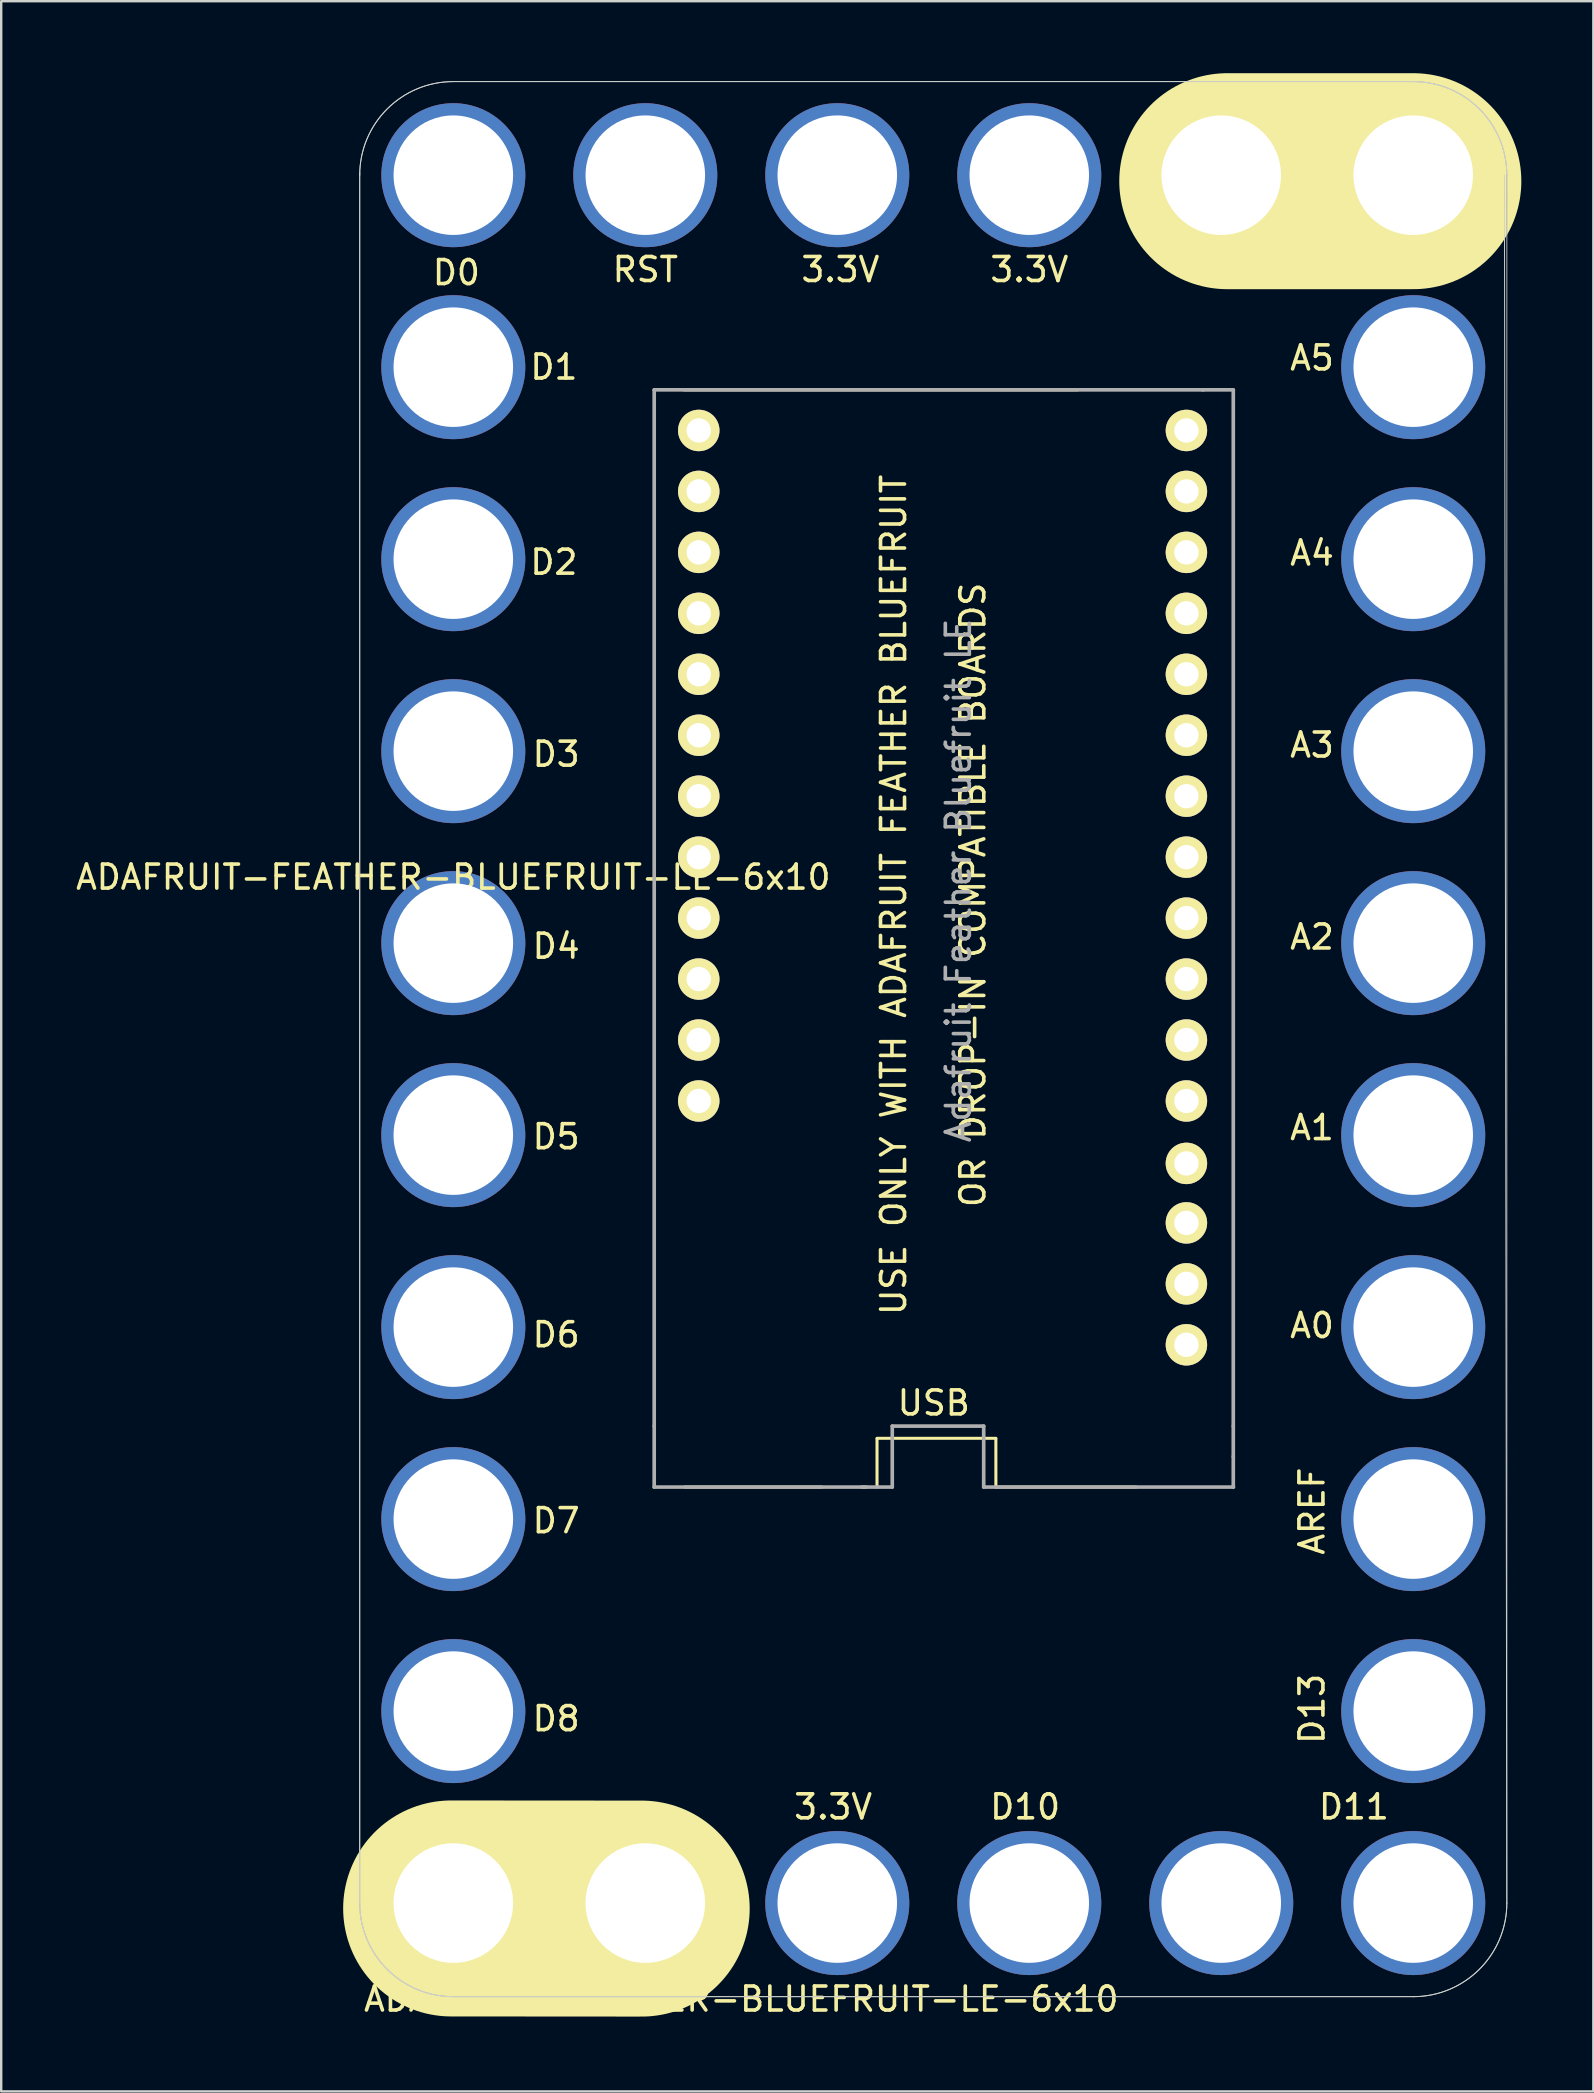
<source format=kicad_pcb>
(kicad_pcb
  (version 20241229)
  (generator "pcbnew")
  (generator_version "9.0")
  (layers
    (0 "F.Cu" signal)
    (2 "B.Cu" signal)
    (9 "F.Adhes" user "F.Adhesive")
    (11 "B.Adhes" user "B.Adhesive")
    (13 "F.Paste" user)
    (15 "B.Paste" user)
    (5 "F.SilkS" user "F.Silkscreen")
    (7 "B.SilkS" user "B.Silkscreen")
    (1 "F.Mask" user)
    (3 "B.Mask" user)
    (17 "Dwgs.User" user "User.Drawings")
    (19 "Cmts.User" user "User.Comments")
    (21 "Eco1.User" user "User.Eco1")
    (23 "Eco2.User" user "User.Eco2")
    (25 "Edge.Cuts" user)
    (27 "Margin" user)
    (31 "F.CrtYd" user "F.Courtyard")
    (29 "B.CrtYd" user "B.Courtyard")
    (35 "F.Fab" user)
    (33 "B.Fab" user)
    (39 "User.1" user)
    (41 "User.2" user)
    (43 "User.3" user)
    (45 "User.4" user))
  (footprint "ADAFRUIT-FEATHER-BLUEFRUIT-LE-6x10"
    (layer "F.Cu")
    (at 15.839 36.25)
    (property "Reference" "ADAFRUIT-FEATHER-BLUEFRUIT-LE-6x10" (at 12 44 0) (layer "F.SilkS") (effects (font (size 1 1) (thickness 0.15))))
    (attr through_hole)
    (fp_line (start 7.85 40.23) (end -0.09 40.224) (stroke (width 9) (type solid)) (layer "F.SilkS"))
    (fp_line (start 9.608 -23.055) (end 26.024 -23.055) (stroke (width 0.127) (type solid)) (layer "F.SilkS"))
    (fp_line (start 9.641 22.665) (end 15.356 22.665) (stroke (width 0.127) (type solid)) (layer "F.SilkS"))
    (fp_line (start 17.656 22.657) (end 17.656 20.657) (stroke (width 0.127) (type solid)) (layer "F.SilkS"))
    (fp_line (start 22.609 20.633) (end 17.656 20.633) (stroke (width 0.127) (type solid)) (layer "F.SilkS"))
    (fp_line (start 22.609 22.665) (end 22.608 20.657) (stroke (width 0.127) (type solid)) (layer "F.SilkS"))
    (fp_line (start 22.609 22.665) (end 28.451 22.665) (stroke (width 0.127) (type solid)) (layer "F.SilkS"))
    (fp_line (start 32.25 -31.75) (end 40.004 -31.75) (stroke (width 9) (type solid)) (layer "F.SilkS"))
    (fp_line (start -3.9 -32.1) (end -3.9 40) (stroke (width 0.041) (type solid)) (layer "Edge.Cuts"))
    (fp_line (start 0 43.9) (end 40 43.9) (stroke (width 0.041) (type solid)) (layer "Edge.Cuts"))
    (fp_line (start 40 -35.9) (end 0 -35.9) (stroke (width 0.041) (type solid)) (layer "Edge.Cuts"))
    (fp_line (start 43.9 40) (end 43.8 -32) (stroke (width 0.041) (type solid)) (layer "Edge.Cuts"))
    (fp_arc (start -3.9 -32) (mid -2.757716 -34.757716) (end 0 -35.9) (stroke (width 0.04064) (type solid)) (layer "Edge.Cuts"))
    (fp_arc (start 0 43.9) (mid -2.755309 42.760122) (end -3.899994 40.006807) (stroke (width 0.04064) (type solid)) (layer "Edge.Cuts"))
    (fp_arc (start 40 -35.9) (mid 42.755309 -34.760122) (end 43.899994 -32.006807) (stroke (width 0.04064) (type solid)) (layer "Edge.Cuts"))
    (fp_arc (start 43.9 40) (mid 42.757716 42.757716) (end 40 43.9) (stroke (width 0.04064) (type solid)) (layer "Edge.Cuts"))
    (fp_line (start -3.9 -32) (end -3.9 40.1) (stroke (width 0.041) (type solid)) (layer "F.Fab"))
    (fp_line (start 0 43.9) (end 40 43.9) (stroke (width 0.041) (type solid)) (layer "F.Fab"))
    (fp_line (start 8.371 -23.055) (end 8.371 20.125) (stroke (width 0.152) (type solid)) (layer "F.Fab"))
    (fp_line (start 8.371 22.665) (end 8.371 20.125) (stroke (width 0.152) (type solid)) (layer "F.Fab"))
    (fp_line (start 17.021 22.665) (end 18.291 22.665) (stroke (width 0.152) (type solid)) (layer "F.Fab"))
    (fp_line (start 17.21 22.665) (end 8.371 22.665) (stroke (width 0.152) (type solid)) (layer "F.Fab"))
    (fp_line (start 18.291 20.125) (end 18.291 22.665) (stroke (width 0.152) (type solid)) (layer "F.Fab"))
    (fp_line (start 22.101 20.125) (end 18.291 20.125) (stroke (width 0.152) (type solid)) (layer "F.Fab"))
    (fp_line (start 22.101 22.665) (end 22.101 20.125) (stroke (width 0.152) (type solid)) (layer "F.Fab"))
    (fp_line (start 31.231 -23.055) (end 32.501 -23.055) (stroke (width 0.152) (type solid)) (layer "F.Fab"))
    (fp_line (start 31.25 -23.055) (end 8.371 -23.055) (stroke (width 0.152) (type solid)) (layer "F.Fab"))
    (fp_line (start 32.501 20.125) (end 32.501 -23.055) (stroke (width 0.152) (type solid)) (layer "F.Fab"))
    (fp_line (start 32.501 20.125) (end 32.501 21.395) (stroke (width 0.152) (type solid)) (layer "F.Fab"))
    (fp_line (start 32.501 21.395) (end 32.501 22.665) (stroke (width 0.152) (type solid)) (layer "F.Fab"))
    (fp_line (start 32.51 22.665) (end 22.101 22.665) (stroke (width 0.152) (type solid)) (layer "F.Fab"))
    (fp_line (start 40 -35.9) (end 0 -35.9) (stroke (width 0.041) (type solid)) (layer "F.Fab"))
    (fp_line (start 43.9 40) (end 43.9 -32) (stroke (width 0.041) (type solid)) (layer "F.Fab"))
    (fp_arc (start -3.9 -32) (mid -2.757716 -34.757716) (end 0 -35.9) (stroke (width 0.04064) (type solid)) (layer "F.Fab"))
    (fp_arc (start 0 43.9) (mid -2.755309 42.760122) (end -3.899994 40.006807) (stroke (width 0.04064) (type solid)) (layer "F.Fab"))
    (fp_arc (start 40 -35.9) (mid 42.755309 -34.760122) (end 43.899994 -32.006807) (stroke (width 0.04064) (type solid)) (layer "F.Fab"))
    (fp_arc (start 43.9 40) (mid 42.757716 42.757716) (end 40 43.9) (stroke (width 0.04064) (type solid)) (layer "F.Fab"))
    (fp_text user "AREF" (at 35.781 23.666 270) (layer "F.SilkS") (effects (font (size 1 1) (thickness 0.15))))
    (fp_text user "D7" (at 4.286 24.067 0) (layer "F.SilkS") (effects (font (size 1 1) (thickness 0.15))))
    (fp_text user "OR DROP-IN COMPATIBLE BOARDS" (at 21.649 -2.012 90) (layer "F.SilkS") (effects (font (size 1 1) (thickness 0.15))))
    (fp_text user "A5" (at 35.781 -24.384 180) (layer "F.SilkS") (effects (font (size 1 1) (thickness 0.15))))
    (fp_text user "3.3V" (at 16.129 -28.067 0) (layer "F.SilkS") (effects (font (size 1 1) (thickness 0.15))))
    (fp_text user "D10" (at 23.827 35.992 0) (layer "F.SilkS") (effects (font (size 1 1) (thickness 0.15))))
    (fp_text user "A3" (at 35.781 -8.254 180) (layer "F.SilkS") (effects (font (size 1 1) (thickness 0.15))))
    (fp_text user "D1" (at 4.191 -24.003 180) (layer "F.SilkS") (effects (font (size 1 1) (thickness 0.15))))
    (fp_text user "D11" (at 37.527 35.992 0) (layer "F.SilkS") (effects (font (size 1 1) (thickness 0.15))))
    (fp_text user "${REFERENCE}" (at 0 -2.75 0) (layer "F.SilkS") (effects (font (size 1 1) (thickness 0.15))))
    (fp_text user "D4" (at 4.286 0.127 0) (layer "F.SilkS") (effects (font (size 1 1) (thickness 0.15))))
    (fp_text user "USB" (at 20.02 19.16 0) (layer "F.SilkS") (effects (font (size 1 1) (thickness 0.15))))
    (fp_text user "D8" (at 4.286 32.317 0) (layer "F.SilkS") (effects (font (size 1 1) (thickness 0.15))))
    (fp_text user "D5" (at 4.286 8.067 0) (layer "F.SilkS") (effects (font (size 1 1) (thickness 0.15))))
    (fp_text user "3.3V" (at 24.003 -28.067 0) (layer "F.SilkS") (effects (font (size 1 1) (thickness 0.15))))
    (fp_text user "D0" (at 0.127 -27.94 0) (layer "F.SilkS") (effects (font (size 1 1) (thickness 0.15))))
    (fp_text user "USE ONLY WITH ADAFRUIT FEATHER BLUEFRUIT" (at 18.347 -2.012 90) (layer "F.SilkS") (effects (font (size 1 1) (thickness 0.15))))
    (fp_text user "3.3V" (at 15.827 35.992 0) (layer "F.SilkS") (effects (font (size 1 1) (thickness 0.15))))
    (fp_text user "A0" (at 35.781 15.936 180) (layer "F.SilkS") (effects (font (size 1 1) (thickness 0.15))))
    (fp_text user "D3" (at 4.286 -7.873 0) (layer "F.SilkS") (effects (font (size 1 1) (thickness 0.15))))
    (fp_text user "RST" (at 8.001 -28.067 0) (layer "F.SilkS") (effects (font (size 1 1) (thickness 0.15))))
    (fp_text user "D6" (at 4.286 16.317 0) (layer "F.SilkS") (effects (font (size 1 1) (thickness 0.15))))
    (fp_text user "D2" (at 4.191 -15.873 0) (layer "F.SilkS") (effects (font (size 1 1) (thickness 0.15))))
    (fp_text user "A4" (at 35.781 -16.254 0) (layer "F.SilkS") (effects (font (size 1 1) (thickness 0.15))))
    (fp_text user "A2" (at 35.781 -0.254 180) (layer "F.SilkS") (effects (font (size 1 1) (thickness 0.15))))
    (fp_text user "A1" (at 35.781 7.686 0) (layer "F.SilkS") (effects (font (size 1 1) (thickness 0.15))))
    (fp_text user "D13" (at 35.781 31.906 270) (layer "F.SilkS") (effects (font (size 1 1) (thickness 0.15))))
    (fp_text user "Adafruit Feather Bluefruit LE" (at 21.047 -2.612 90) (layer "F.Fab") (effects (font (size 1 1) (thickness 0.15))))
    (pad "2" thru_hole circle (at 10.228 -21.363 180) (size 1.727 1.727) (drill 1.016) (layers "*.Cu" "*.Mask" "F.SilkS"))
    (pad "3" thru_hole circle (at 10.228 -18.823 180) (size 1.727 1.727) (drill 1.016) (layers "*.Cu" "*.Mask" "F.SilkS"))
    (pad "3V" thru_hole circle (at 16 -32 90) (size 6 6) (drill 4.98) (layers "*.Cu" "*.Mask"))
    (pad "3V" thru_hole circle (at 16 40 90) (size 6 6) (drill 4.98) (layers "*.Cu" "*.Mask"))
    (pad "3V" thru_hole circle (at 24 -32 90) (size 6 6) (drill 4.98) (layers "*.Cu" "*.Mask"))
    (pad "3V" thru_hole circle (at 30.548 11.657 180) (size 1.727 1.727) (drill 1.016) (layers "*.Cu" "*.Mask" "F.SilkS"))
    (pad "3V" thru_hole circle (at 30.548 14.197 180) (size 1.727 1.727) (drill 1.016) (layers "*.Cu" "*.Mask" "F.SilkS"))
    (pad "4" thru_hole circle (at 10.228 -16.283 180) (size 1.727 1.727) (drill 1.016) (layers "*.Cu" "*.Mask" "F.SilkS"))
    (pad "5" thru_hole circle (at 30.548 -3.583 180) (size 1.727 1.727) (drill 1.016) (layers "*.Cu" "*.Mask" "F.SilkS"))
    (pad "6" thru_hole circle (at 30.548 -6.123 180) (size 1.727 1.727) (drill 1.016) (layers "*.Cu" "*.Mask" "F.SilkS"))
    (pad "7" thru_hole circle (at 10.228 -13.743 180) (size 1.727 1.727) (drill 1.016) (layers "*.Cu" "*.Mask" "F.SilkS"))
    (pad "15" thru_hole circle (at 30.548 6.577 180) (size 1.727 1.727) (drill 1.016) (layers "*.Cu" "*.Mask" "F.SilkS"))
    (pad "16" thru_hole circle (at 30.548 4.037 180) (size 1.727 1.727) (drill 1.016) (layers "*.Cu" "*.Mask" "F.SilkS"))
    (pad "17" thru_hole circle (at 30.548 1.497 180) (size 1.727 1.727) (drill 1.016) (layers "*.Cu" "*.Mask" "F.SilkS"))
    (pad "18" thru_hole circle (at 30.548 -1.043 180) (size 1.727 1.727) (drill 1.016) (layers "*.Cu" "*.Mask" "F.SilkS"))
    (pad "19" thru_hole circle (at 30.548 -18.823 180) (size 1.727 1.727) (drill 1.016) (layers "*.Cu" "*.Mask" "F.SilkS"))
    (pad "20" thru_hole circle (at 10.228 -6.123 180) (size 1.727 1.727) (drill 1.016) (layers "*.Cu" "*.Mask" "F.SilkS"))
    (pad "21" thru_hole circle (at 30.548 -16.283 180) (size 1.727 1.727) (drill 1.016) (layers "*.Cu" "*.Mask" "F.SilkS"))
    (pad "25" thru_hole circle (at 10.228 -8.663 180) (size 1.727 1.727) (drill 1.016) (layers "*.Cu" "*.Mask" "F.SilkS"))
    (pad "26" thru_hole circle (at 30.548 -8.663 180) (size 1.727 1.727) (drill 1.016) (layers "*.Cu" "*.Mask" "F.SilkS"))
    (pad "27" thru_hole circle (at 30.548 -11.203 180) (size 1.727 1.727) (drill 1.016) (layers "*.Cu" "*.Mask" "F.SilkS"))
    (pad "28" thru_hole circle (at 30.548 -13.743 180) (size 1.727 1.727) (drill 1.016) (layers "*.Cu" "*.Mask" "F.SilkS"))
    (pad "29" thru_hole circle (at 10.228 -3.583 180) (size 1.727 1.727) (drill 1.016) (layers "*.Cu" "*.Mask" "F.SilkS"))
    (pad "30" thru_hole circle (at 10.228 -1.043 180) (size 1.727 1.727) (drill 1.016) (layers "*.Cu" "*.Mask" "F.SilkS"))
    (pad "31" thru_hole circle (at 10.228 -11.203 180) (size 1.727 1.727) (drill 1.016) (layers "*.Cu" "*.Mask" "F.SilkS"))
    (pad "34" thru_hole circle (at 30.548 -21.363 180) (size 1.727 1.727) (drill 1.016) (layers "*.Cu" "*.Mask" "F.SilkS"))
    (pad "35" thru_hole circle (at 30.548 16.737 180) (size 1.727 1.727) (drill 1.016) (layers "*.Cu" "*.Mask" "F.SilkS"))
    (pad "A0" thru_hole circle (at 40 16 90) (size 6 6) (drill 4.98) (layers "*.Cu" "*.Mask"))
    (pad "A1" thru_hole circle (at 40 8 90) (size 6 6) (drill 4.98) (layers "*.Cu" "*.Mask"))
    (pad "A2" thru_hole circle (at 40 0 90) (size 6 6) (drill 4.98) (layers "*.Cu" "*.Mask"))
    (pad "A3" thru_hole circle (at 40 -8 90) (size 6 6) (drill 4.98) (layers "*.Cu" "*.Mask"))
    (pad "A4" thru_hole circle (at 40 -16 90) (size 6 6) (drill 4.98) (layers "*.Cu" "*.Mask"))
    (pad "A5" thru_hole circle (at 40 -24 90) (size 6 6) (drill 4.98) (layers "*.Cu" "*.Mask"))
    (pad "D2" thru_hole circle (at 0 -16 90) (size 6 6) (drill 4.98) (layers "*.Cu" "*.Mask"))
    (pad "D3" thru_hole circle (at 0 -8 90) (size 6 6) (drill 4.98) (layers "*.Cu" "*.Mask"))
    (pad "D4" thru_hole circle (at 0.001 0 90) (size 6 6) (drill 4.98) (layers "*.Cu" "*.Mask"))
    (pad "D5" thru_hole circle (at 0 8 90) (size 6 6) (drill 4.98) (layers "*.Cu" "*.Mask"))
    (pad "D6" thru_hole circle (at 0.001 16 90) (size 6 6) (drill 4.98) (layers "*.Cu" "*.Mask"))
    (pad "D7" thru_hole circle (at 0.001 24 90) (size 6 6) (drill 4.98) (layers "*.Cu" "*.Mask"))
    (pad "D8" thru_hole circle (at 0.001 32 90) (size 6 6) (drill 4.98) (layers "*.Cu" "*.Mask"))
    (pad "D10" thru_hole circle (at 24 40 90) (size 6 6) (drill 4.98) (layers "*.Cu" "*.Mask"))
    (pad "D10" thru_hole circle (at 32 40 90) (size 6 6) (drill 4.98) (layers "*.Cu" "*.Mask"))
    (pad "D11" thru_hole circle (at 40 40 90) (size 6 6) (drill 4.98) (layers "*.Cu" "*.Mask"))
    (pad "D13" thru_hole circle (at 40 32 90) (size 6 6) (drill 4.98) (layers "*.Cu" "*.Mask"))
    (pad "EN" thru_hole circle (at 10.228 4.037 180) (size 1.727 1.727) (drill 1.016) (layers "*.Cu" "*.Mask" "F.SilkS"))
    (pad "GND" thru_hole circle (at 0.001 40 90) (size 6 6) (drill 4.98) (layers "*.Cu" "*.Mask"))
    (pad "GND" thru_hole circle (at 8 40 90) (size 6 6) (drill 4.98) (layers "*.Cu" "*.Mask"))
    (pad "GND" thru_hole circle (at 30.548 9.178 180) (size 1.727 1.727) (drill 1.016) (layers "*.Cu" "*.Mask" "F.SilkS"))
    (pad "GND" thru_hole circle (at 32 -32 90) (size 6 6) (drill 4.98) (layers "*.Cu" "*.Mask"))
    (pad "GND" thru_hole circle (at 40 -32 90) (size 6 6) (drill 4.98) (layers "*.Cu" "*.Mask"))
    (pad "REF" thru_hole circle (at 40 24 90) (size 6 6) (drill 4.98) (layers "*.Cu" "*.Mask"))
    (pad "RX" thru_hole circle (at 8 -32 90) (size 6 6) (drill 4.98) (layers "*.Cu" "*.Mask"))
    (pad "RX0" thru_hole circle (at 0.001 -32 90) (size 6 6) (drill 4.98) (layers "*.Cu" "*.Mask"))
    (pad "TX1" thru_hole circle (at 0 -24 90) (size 6 6) (drill 4.98) (layers "*.Cu" "*.Mask"))
    (pad "USB" thru_hole circle (at 10.228 1.497 180) (size 1.727 1.727) (drill 1.016) (layers "*.Cu" "*.Mask" "F.SilkS"))
    (pad "VBAT" thru_hole circle (at 10.228 6.577 180) (size 1.727 1.727) (drill 1.016) (layers "*.Cu" "*.Mask" "F.SilkS")))
  (gr_rect
    (start -3 -3)
    (end 63.343 84.098)
    (stroke (width 0.1) (type default))
    (fill no)
    (layer "Edge.Cuts")))
</source>
